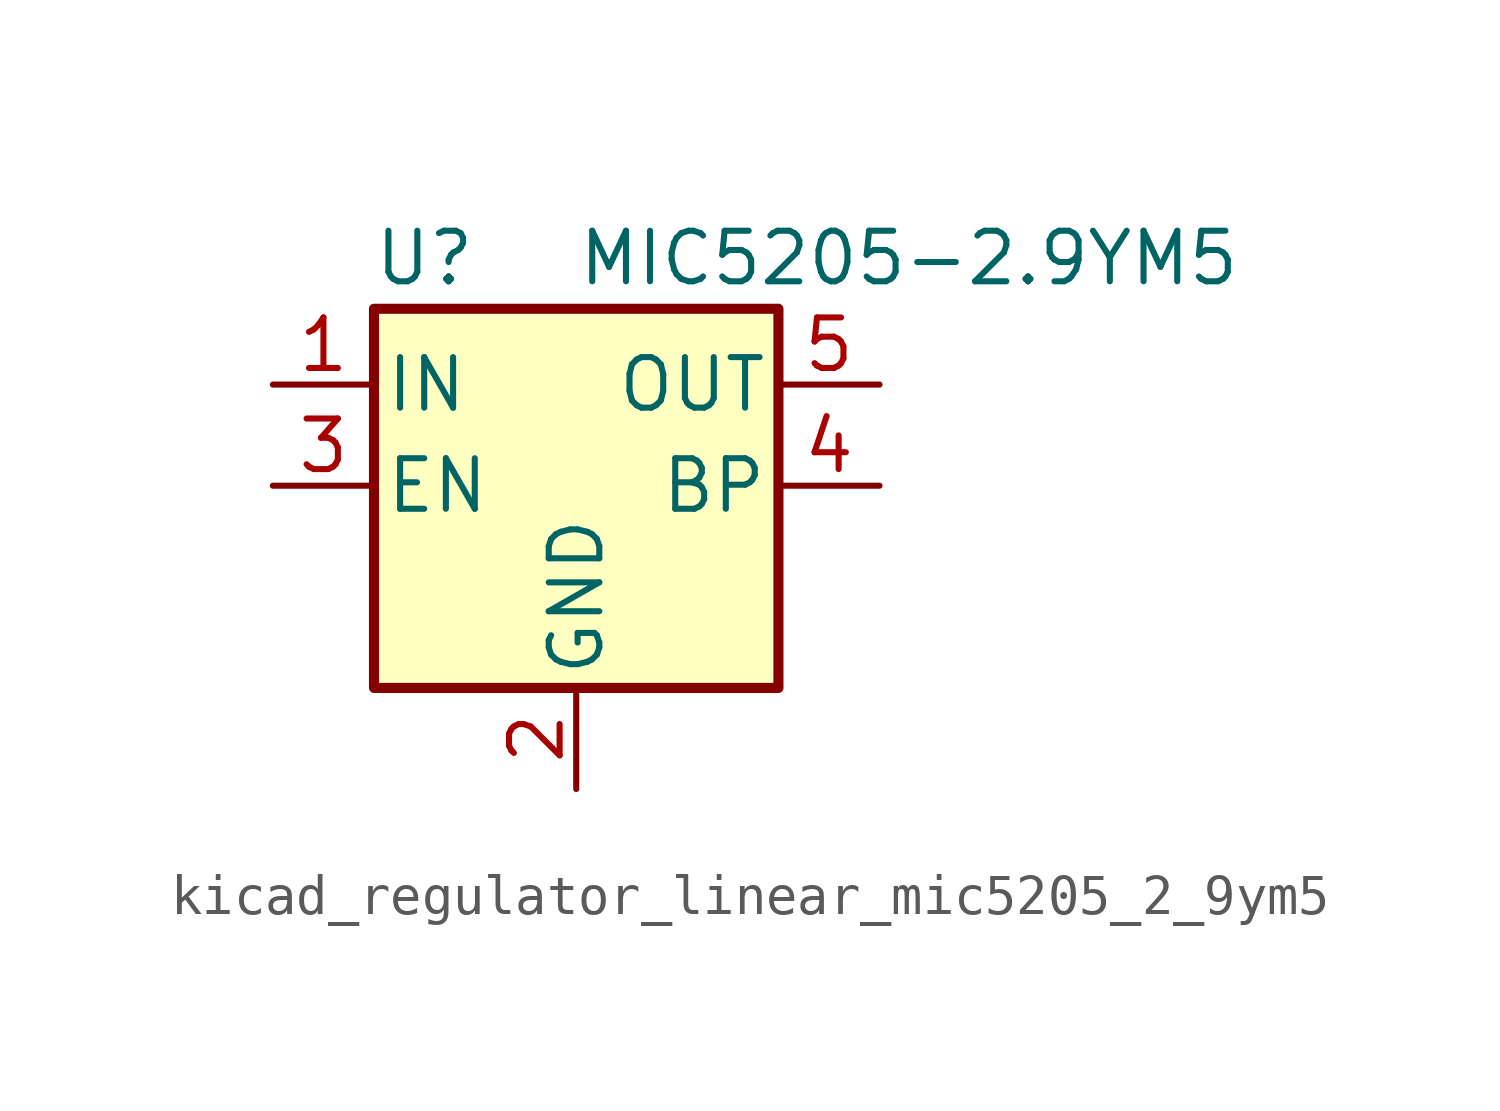
<source format=kicad_sym>
(kicad_symbol_lib
  (version 20220914)
  (generator kicad_symbol_editor)
  (symbol "kicad_regulator_linear_mic5205_2_9ym5"
    (pin_names
      (offset 0.254))
    (property "Reference" "U"
      (at -3.81 5.715 0)
      (effects (font (size 1.27 1.27))))
    (property "Value" "MIC5205-2.9YM5"
      (at 0 5.715 0)
      (effects (font (size 1.27 1.27)) (justify left)))
    (symbol "kicad_regulator_linear_mic5205_2_9ym5_0_1"
      (rectangle (start -5.08 4.445) (end 5.08 -5.08) (stroke (width 0.254) (type default)) (fill (type background))))
    (symbol "kicad_regulator_linear_mic5205_2_9ym5_1_1"
      (pin power_in line (at -7.62 2.54 0) (length 2.54) (name "IN" (effects (font (size 1.27 1.27)))) (number "1" (effects (font (size 1.27 1.27)))))
      (pin power_in line (at 0 -7.62 90) (length 2.54) (name "GND" (effects (font (size 1.27 1.27)))) (number "2" (effects (font (size 1.27 1.27)))))
      (pin input line (at -7.62 0 0) (length 2.54) (name "EN" (effects (font (size 1.27 1.27)))) (number "3" (effects (font (size 1.27 1.27)))))
      (pin input line (at 7.62 0 180) (length 2.54) (name "BP" (effects (font (size 1.27 1.27)))) (number "4" (effects (font (size 1.27 1.27)))))
      (pin power_out line (at 7.62 2.54 180) (length 2.54) (name "OUT" (effects (font (size 1.27 1.27)))) (number "5" (effects (font (size 1.27 1.27))))))))
</source>
